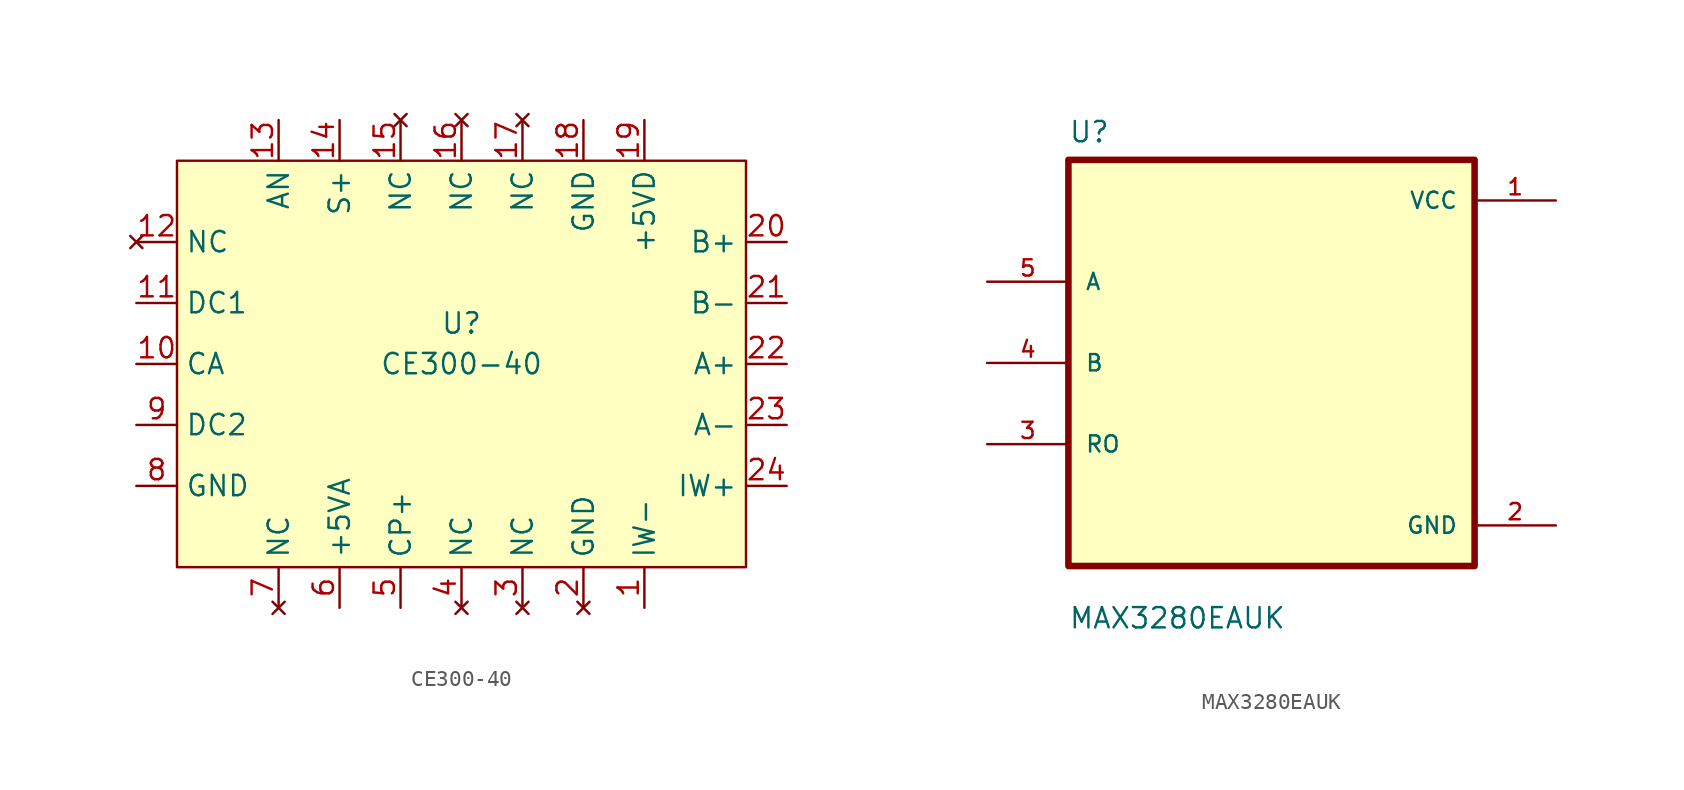
<source format=kicad_sym>
(kicad_symbol_lib
  (version 20220914)
  (generator kicad_symbol_editor)
  (symbol "CE300-40"
    (property "Reference" "U"
      (at 0 2.54 0)
      (effects (font (size 1.27 1.27))))
    (property "Value" "CE300-40"
      (at 0 0 0)
      (effects (font (size 1.27 1.27))))
    (symbol "CE300-40_1_1"
      (rectangle (start -17.78 12.7) (end 17.78 -12.7) (stroke (width 0) (type default)) (fill (type background)))
      (pin output line (at 11.43 -15.24 90) (length 2.54) (name "IW-" (effects (font (size 1.27 1.27)))) (number "1" (effects (font (size 1.27 1.27)))))
      (pin passive line (at -20.32 0 0) (length 2.54) (name "CA" (effects (font (size 1.27 1.27)))) (number "10" (effects (font (size 1.27 1.27)))))
      (pin passive line (at -20.32 3.81 0) (length 2.54) (name "DC1" (effects (font (size 1.27 1.27)))) (number "11" (effects (font (size 1.27 1.27)))))
      (pin no_connect line (at -20.32 7.62 0) (length 2.54) (name "NC" (effects (font (size 1.27 1.27)))) (number "12" (effects (font (size 1.27 1.27)))))
      (pin passive line (at -11.43 15.24 270) (length 2.54) (name "AN" (effects (font (size 1.27 1.27)))) (number "13" (effects (font (size 1.27 1.27)))))
      (pin output line (at -7.62 15.24 270) (length 2.54) (name "S+" (effects (font (size 1.27 1.27)))) (number "14" (effects (font (size 1.27 1.27)))))
      (pin no_connect line (at -3.81 15.24 270) (length 2.54) (name "NC" (effects (font (size 1.27 1.27)))) (number "15" (effects (font (size 1.27 1.27)))))
      (pin no_connect line (at 0 15.24 270) (length 2.54) (name "NC" (effects (font (size 1.27 1.27)))) (number "16" (effects (font (size 1.27 1.27)))))
      (pin no_connect line (at 3.81 15.24 270) (length 2.54) (name "NC" (effects (font (size 1.27 1.27)))) (number "17" (effects (font (size 1.27 1.27)))))
      (pin power_in line (at 7.62 15.24 270) (length 2.54) (name "GND" (effects (font (size 1.27 1.27)))) (number "18" (effects (font (size 1.27 1.27)))))
      (pin power_in line (at 11.43 15.24 270) (length 2.54) (name "+5VD" (effects (font (size 1.27 1.27)))) (number "19" (effects (font (size 1.27 1.27)))))
      (pin no_connect line (at 7.62 -15.24 90) (length 2.54) (name "GND" (effects (font (size 1.27 1.27)))) (number "2" (effects (font (size 1.27 1.27)))))
      (pin output line (at 20.32 7.62 180) (length 2.54) (name "B+" (effects (font (size 1.27 1.27)))) (number "20" (effects (font (size 1.27 1.27)))))
      (pin output line (at 20.32 3.81 180) (length 2.54) (name "B-" (effects (font (size 1.27 1.27)))) (number "21" (effects (font (size 1.27 1.27)))))
      (pin output line (at 20.32 0 180) (length 2.54) (name "A+" (effects (font (size 1.27 1.27)))) (number "22" (effects (font (size 1.27 1.27)))))
      (pin output line (at 20.32 -3.81 180) (length 2.54) (name "A-" (effects (font (size 1.27 1.27)))) (number "23" (effects (font (size 1.27 1.27)))))
      (pin output line (at 20.32 -7.62 180) (length 2.54) (name "IW+" (effects (font (size 1.27 1.27)))) (number "24" (effects (font (size 1.27 1.27)))))
      (pin no_connect line (at 3.81 -15.24 90) (length 2.54) (name "NC" (effects (font (size 1.27 1.27)))) (number "3" (effects (font (size 1.27 1.27)))))
      (pin no_connect line (at 0 -15.24 90) (length 2.54) (name "NC" (effects (font (size 1.27 1.27)))) (number "4" (effects (font (size 1.27 1.27)))))
      (pin passive line (at -3.81 -15.24 90) (length 2.54) (name "CP+" (effects (font (size 1.27 1.27)))) (number "5" (effects (font (size 1.27 1.27)))))
      (pin power_in line (at -7.62 -15.24 90) (length 2.54) (name "+5VA" (effects (font (size 1.27 1.27)))) (number "6" (effects (font (size 1.27 1.27)))))
      (pin no_connect line (at -11.43 -15.24 90) (length 2.54) (name "NC" (effects (font (size 1.27 1.27)))) (number "7" (effects (font (size 1.27 1.27)))))
      (pin power_in line (at -20.32 -7.62 0) (length 2.54) (name "GND" (effects (font (size 1.27 1.27)))) (number "8" (effects (font (size 1.27 1.27)))))
      (pin passive line (at -20.32 -3.81 0) (length 2.54) (name "DC2" (effects (font (size 1.27 1.27)))) (number "9" (effects (font (size 1.27 1.27)))))))
  (symbol "MAX3280EAUK"
    (pin_names
      (offset 1.016))
    (property "Reference" "U"
      (at -12.7 13.7 0)
      (effects (font (size 1.27 1.27)) (justify left bottom)))
    (property "Value" "MAX3280EAUK"
      (at -12.7 -16.7 0)
      (effects (font (size 1.27 1.27)) (justify left bottom)))
    (symbol "MAX3280EAUK_0_0"
      (pin power_in line (at 17.78 10.16 180) (length 5.08) (name "VCC" (effects (font (size 1.016 1.016)))) (number "1" (effects (font (size 1.016 1.016)))))
      (pin power_in line (at 17.78 -10.16 180) (length 5.08) (name "GND" (effects (font (size 1.016 1.016)))) (number "2" (effects (font (size 1.016 1.016)))))
      (pin bidirectional line (at -17.78 -5.08 0) (length 5.08) (name "RO" (effects (font (size 1.016 1.016)))) (number "3" (effects (font (size 1.016 1.016)))))
      (pin bidirectional line (at -17.78 0 0) (length 5.08) (name "B" (effects (font (size 1.016 1.016)))) (number "4" (effects (font (size 1.016 1.016)))))
      (pin bidirectional line (at -17.78 5.08 0) (length 5.08) (name "A" (effects (font (size 1.016 1.016)))) (number "5" (effects (font (size 1.016 1.016))))))
    (symbol "MAX3280EAUK_1_0"
      (rectangle (start -12.7 12.7) (end 12.7 -12.7) (stroke (width 0.41) (type default)) (fill (type background))))))
</source>
